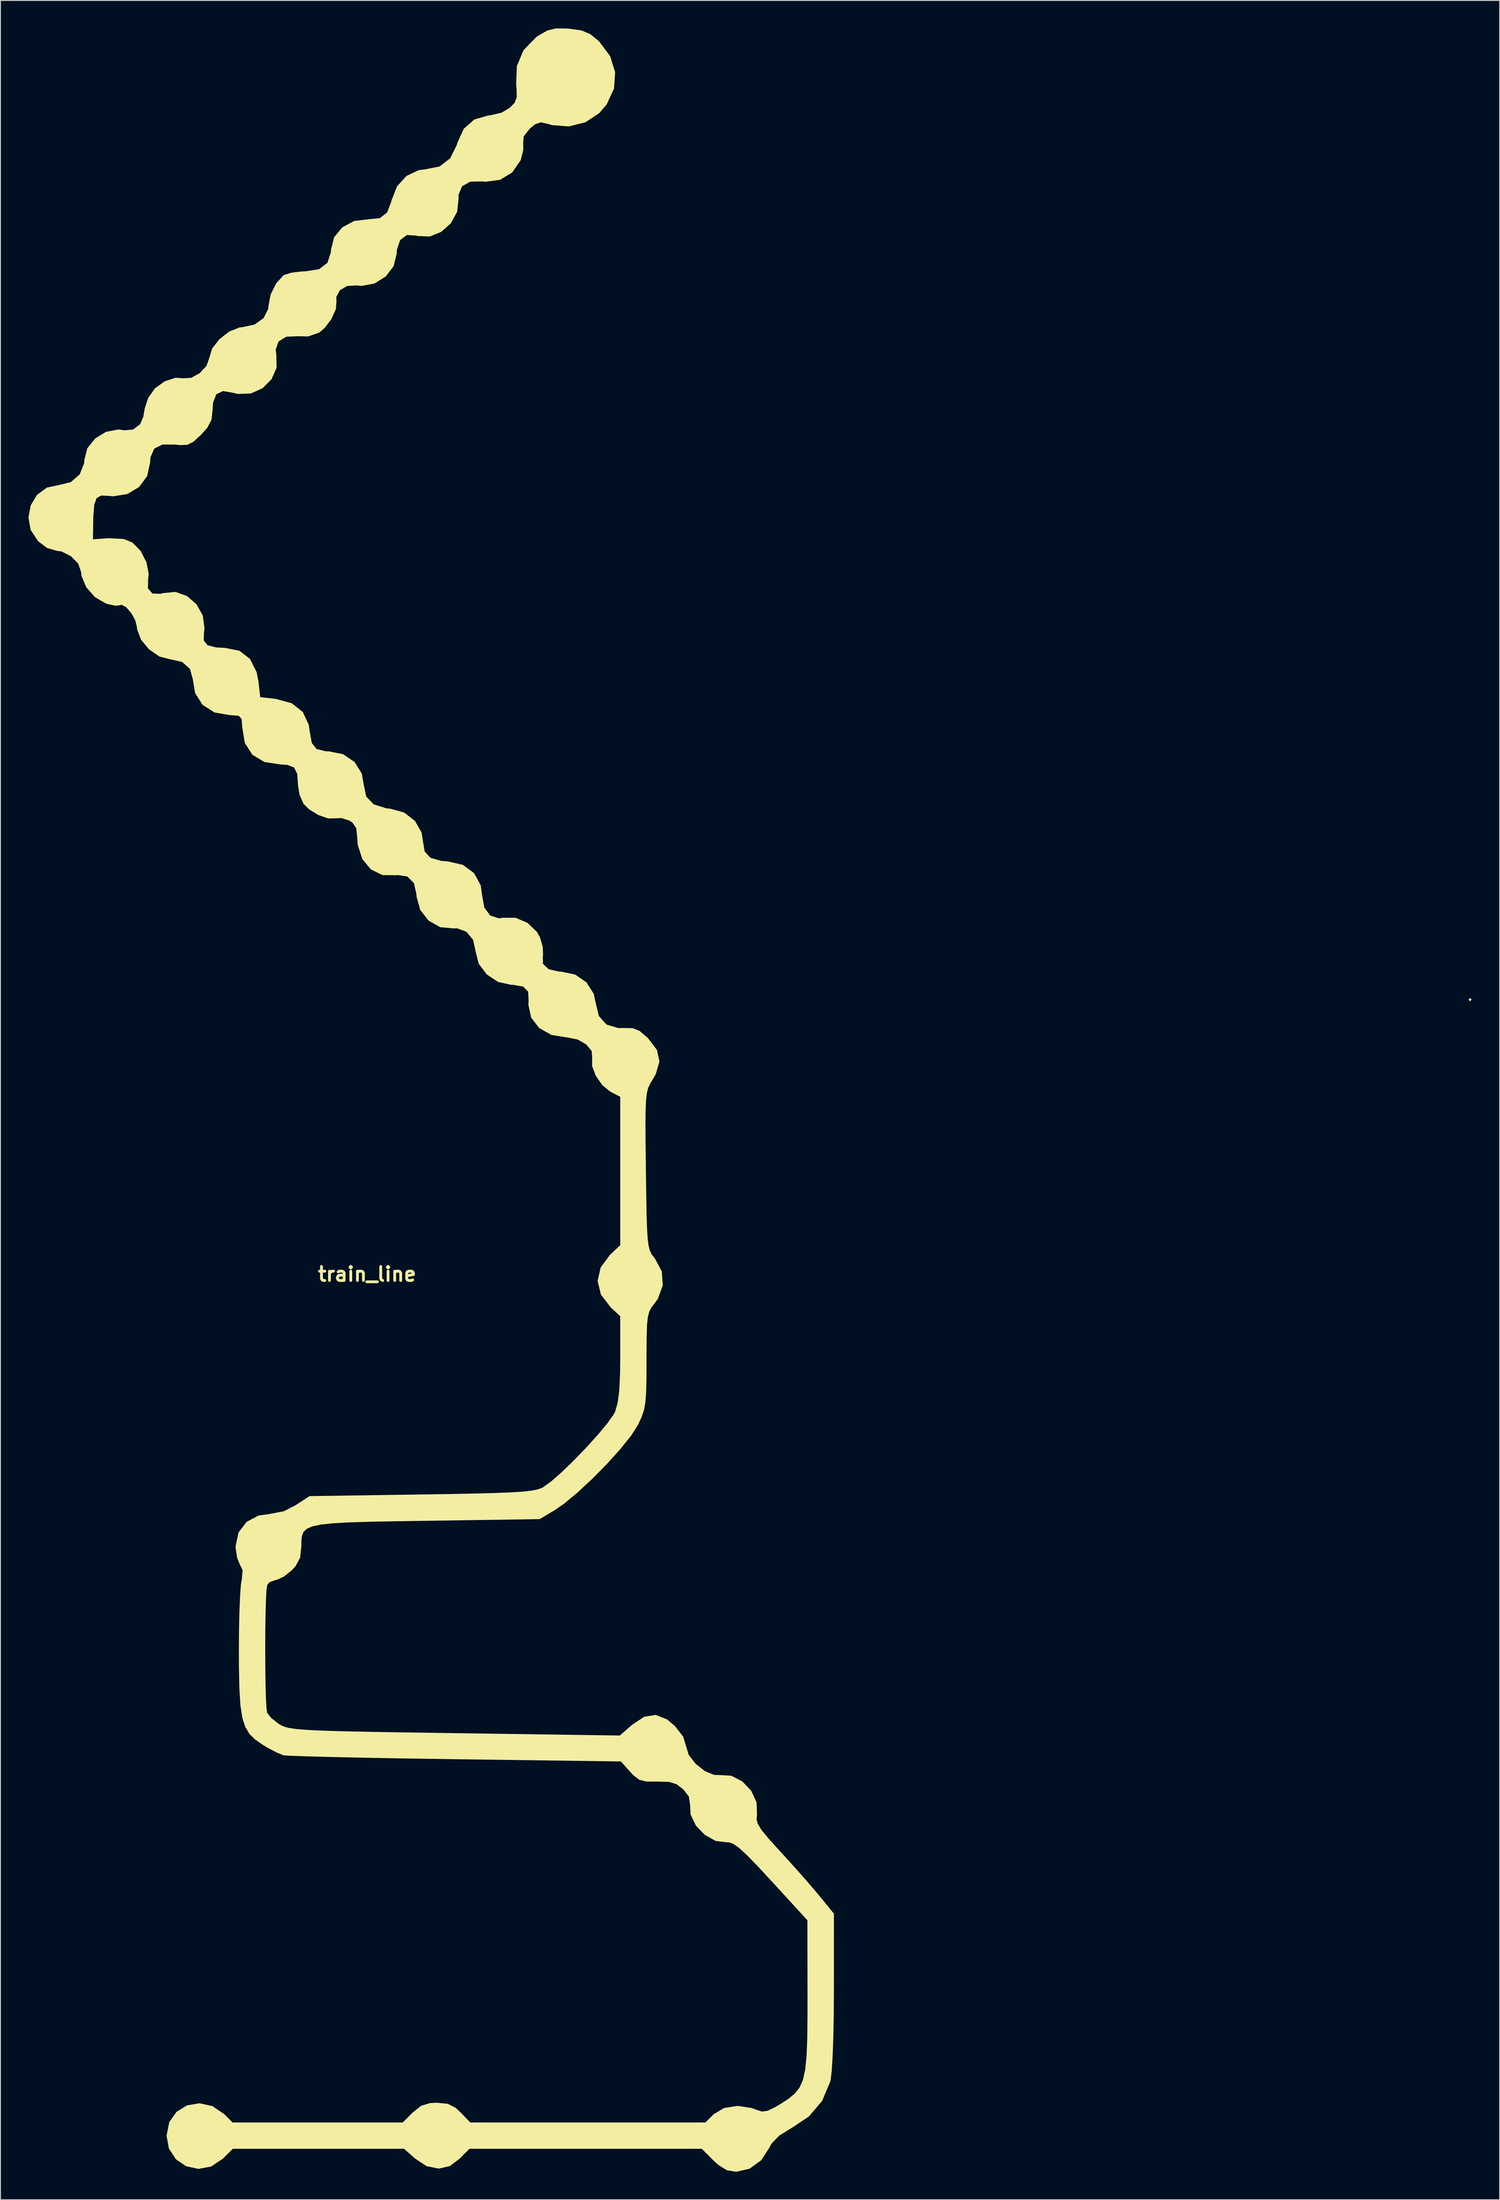
<source format=kicad_pcb>
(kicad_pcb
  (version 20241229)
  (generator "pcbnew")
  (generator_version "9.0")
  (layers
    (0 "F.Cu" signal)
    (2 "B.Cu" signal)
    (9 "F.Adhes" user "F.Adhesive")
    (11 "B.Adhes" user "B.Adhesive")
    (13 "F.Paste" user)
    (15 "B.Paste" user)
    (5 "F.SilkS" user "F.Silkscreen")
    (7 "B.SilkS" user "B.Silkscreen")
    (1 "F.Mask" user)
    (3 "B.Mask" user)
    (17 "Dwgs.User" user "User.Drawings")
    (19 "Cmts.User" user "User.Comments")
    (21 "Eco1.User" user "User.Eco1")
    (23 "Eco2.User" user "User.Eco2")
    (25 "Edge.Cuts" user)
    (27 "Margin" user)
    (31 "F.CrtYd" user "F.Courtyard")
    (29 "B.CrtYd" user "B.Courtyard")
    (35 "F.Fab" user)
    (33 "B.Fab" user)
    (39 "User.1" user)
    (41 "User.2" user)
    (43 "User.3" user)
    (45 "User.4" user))
  (footprint "train_line"
    (layer "F.Cu")
    (at 36.341 133.659)
    (property "Reference" "train_line" (at 0 0 0) (layer "F.SilkS") (effects (font (size 1.5 1.5) (thickness 0.3))))
    (attr board_only exclude_from_pos_files exclude_from_bom)
    (fp_poly (pts (xy 118.533 -29.457) (xy 118.357 -29.281) (xy 118.181 -29.457) (xy 118.357 -29.633)) (stroke (width 0) (type solid)) (fill yes) (layer "F.SilkS"))
    (fp_poly (pts (xy 21.419 -133.651) (xy 21.703 -133.629) (xy 23.005 -133.443) (xy 23.937 -133.057) (xy 24.832 -132.329) (xy 24.889 -132.274) (xy 26.08 -130.693) (xy 26.616 -128.966) (xy 26.497 -127.206) (xy 25.722 -125.525) (xy 24.908 -124.566) (xy 23.422 -123.588) (xy 21.658 -123.144) (xy 19.847 -123.283) (xy 19.45 -123.403) (xy 18.644 -123.586) (xy 18.013 -123.369) (xy 17.463 -122.913) (xy 16.794 -122.05) (xy 16.75 -121.377) (xy 16.761 -120.615) (xy 16.51 -119.623) (xy 16.448 -119.465) (xy 15.566 -118.201) (xy 14.266 -117.417) (xy 12.72 -117.207) (xy 12.382 -117.245) (xy 11.067 -117.219) (xy 10.184 -116.719) (xy 9.811 -115.801) (xy 9.818 -115.375) (xy 9.663 -113.986) (xy 8.995 -112.763) (xy 7.966 -111.836) (xy 6.724 -111.333) (xy 5.417 -111.385) (xy 5.282 -111.428) (xy 4.274 -111.493) (xy 3.551 -110.96) (xy 3.196 -109.906) (xy 3.175 -109.5) (xy 2.853 -108.16) (xy 2.002 -107.046) (xy 0.79 -106.291) (xy -0.614 -106.028) (xy -1.159 -106.085) (xy -2.143 -106.025) (xy -2.926 -105.558) (xy -3.306 -104.842) (xy -3.283 -104.443) (xy -3.348 -103.55) (xy -3.826 -102.48) (xy -4.576 -101.493) (xy -5.13 -101.029) (xy -6.334 -100.609) (xy -7.394 -100.636) (xy -8.666 -100.582) (xy -9.499 -100.074) (xy -9.808 -99.188) (xy -9.737 -98.619) (xy -9.713 -97.244) (xy -10.255 -96.015) (xy -11.221 -95.056) (xy -12.472 -94.49) (xy -13.869 -94.442) (xy -14.331 -94.559) (xy -15.469 -94.75) (xy -16.188 -94.4) (xy -16.534 -93.471) (xy -16.581 -92.702) (xy -16.696 -91.674) (xy -17.139 -90.819) (xy -17.826 -90.053) (xy -18.645 -89.305) (xy -19.306 -88.977) (xy -20.113 -88.955) (xy -20.56 -89.007) (xy -21.961 -89.016) (xy -22.842 -88.569) (xy -23.245 -87.638) (xy -23.283 -87.088) (xy -23.601 -85.626) (xy -24.46 -84.46) (xy -25.723 -83.701) (xy -27.248 -83.46) (xy -27.739 -83.507) (xy -28.534 -83.541) (xy -29.023 -83.267) (xy -29.279 -82.564) (xy -29.379 -81.312) (xy -29.388 -80.843) (xy -29.416 -78.846) (xy -27.746 -78.965) (xy -26.126 -78.881) (xy -25.179 -78.496) (xy -24.298 -77.6) (xy -23.674 -76.375) (xy -23.435 -75.12) (xy -23.493 -74.605) (xy -23.518 -73.591) (xy -23.039 -73.028) (xy -22.141 -72.997) (xy -21.889 -73.072) (xy -20.565 -73.202) (xy -19.324 -72.758) (xy -18.301 -71.869) (xy -17.63 -70.665) (xy -17.446 -69.275) (xy -17.502 -68.856) (xy -17.53 -67.998) (xy -17.125 -67.484) (xy -16.192 -67.242) (xy -15.256 -67.197) (xy -13.707 -66.889) (xy -12.564 -66.013) (xy -11.854 -64.597) (xy -11.659 -63.597) (xy -11.465 -61.913) (xy -9.78 -61.719) (xy -8.082 -61.254) (xy -6.902 -60.321) (xy -6.258 -58.933) (xy -6.149 -58.188) (xy -5.934 -56.992) (xy -5.417 -56.344) (xy -4.465 -56.108) (xy -4.122 -56.097) (xy -2.569 -55.786) (xy -1.342 -54.95) (xy -0.568 -53.71) (xy -0.361 -52.53) (xy -0.094 -51.251) (xy 0.706 -50.41) (xy 2.064 -49.984) (xy 2.503 -49.939) (xy 3.976 -49.531) (xy 5.14 -48.629) (xy 5.849 -47.381) (xy 5.997 -46.428) (xy 6.181 -45.346) (xy 6.797 -44.677) (xy 7.941 -44.344) (xy 8.707 -44.282) (xy 10.288 -43.913) (xy 11.486 -43.021) (xy 12.196 -41.71) (xy 12.347 -40.619) (xy 12.579 -39.328) (xy 13.212 -38.482) (xy 14.15 -38.179) (xy 14.623 -38.241) (xy 15.938 -38.239) (xy 17.221 -37.689) (xy 18.232 -36.718) (xy 18.549 -36.147) (xy 18.844 -35.139) (xy 18.886 -34.291) (xy 18.86 -34.177) (xy 18.87 -33.307) (xy 19.482 -32.715) (xy 20.624 -32.461) (xy 20.852 -32.456) (xy 22.332 -32.145) (xy 23.54 -31.307) (xy 24.32 -30.085) (xy 24.524 -29.133) (xy 24.872 -27.699) (xy 25.692 -26.781) (xy 26.954 -26.407) (xy 27.521 -26.411) (xy 28.492 -26.397) (xy 29.241 -26.097) (xy 30.077 -25.379) (xy 30.17 -25.286) (xy 31.107 -24.051) (xy 31.373 -22.818) (xy 30.978 -21.469) (xy 30.602 -20.814) (xy 30.353 -20.403) (xy 30.164 -19.982) (xy 30.028 -19.455) (xy 29.939 -18.726) (xy 29.889 -17.7) (xy 29.872 -16.28) (xy 29.881 -14.372) (xy 29.909 -11.877) (xy 29.919 -11.139) (xy 29.955 -8.485) (xy 29.992 -6.444) (xy 30.04 -4.921) (xy 30.108 -3.823) (xy 30.206 -3.056) (xy 30.344 -2.528) (xy 30.531 -2.143) (xy 30.776 -1.81) (xy 30.889 -1.675) (xy 31.624 -0.3) (xy 31.728 1.204) (xy 31.201 2.651) (xy 30.868 3.111) (xy 30.522 3.553) (xy 30.281 4.005) (xy 30.126 4.599) (xy 30.038 5.465) (xy 29.997 6.733) (xy 29.986 8.534) (xy 29.986 9.242) (xy 29.978 11.267) (xy 29.942 12.738) (xy 29.855 13.806) (xy 29.7 14.623) (xy 29.454 15.338) (xy 29.099 16.105) (xy 29.056 16.191) (xy 28.332 17.326) (xy 27.187 18.756) (xy 25.758 20.34) (xy 24.183 21.939) (xy 22.597 23.414) (xy 21.136 24.626) (xy 20.108 25.336) (xy 18.521 26.282) (xy 6.526 26.458) (xy 3.077 26.511) (xy 0.267 26.564) (xy -1.968 26.633) (xy -3.695 26.731) (xy -4.979 26.87) (xy -5.885 27.064) (xy -6.48 27.326) (xy -6.829 27.67) (xy -6.998 28.109) (xy -7.051 28.656) (xy -7.056 29.216) (xy -7.182 30.409) (xy -7.666 31.315) (xy -8.087 31.777) (xy -8.905 32.434) (xy -9.658 32.789) (xy -9.813 32.808) (xy -10.487 33.058) (xy -10.722 33.366) (xy -10.798 33.914) (xy -10.856 35.025) (xy -10.898 36.556) (xy -10.923 38.366) (xy -10.931 40.31) (xy -10.922 42.248) (xy -10.897 44.036) (xy -10.854 45.532) (xy -10.793 46.593) (xy -10.725 47.06) (xy -10.298 47.604) (xy -9.527 48.218) (xy -9.395 48.302) (xy -9.11 48.459) (xy -8.765 48.592) (xy -8.298 48.703) (xy -7.649 48.797) (xy -6.755 48.877) (xy -5.557 48.944) (xy -3.992 49.003) (xy -1.999 49.056) (xy 0.482 49.107) (xy 3.513 49.158) (xy 7.154 49.213) (xy 9.423 49.246) (xy 27.122 49.499) (xy 28.39 48.385) (xy 29.724 47.492) (xy 30.961 47.285) (xy 32.178 47.765) (xy 33.02 48.472) (xy 33.919 49.625) (xy 34.219 50.623) (xy 34.511 51.574) (xy 35.25 52.529) (xy 36.23 53.307) (xy 37.246 53.73) (xy 37.783 53.738) (xy 39.068 53.808) (xy 40.265 54.425) (xy 41.224 55.432) (xy 41.795 56.675) (xy 41.838 57.952) (xy 41.791 58.463) (xy 41.923 58.976) (xy 42.309 59.612) (xy 43.025 60.491) (xy 44.146 61.734) (xy 44.361 61.967) (xy 45.653 63.386) (xy 46.944 64.838) (xy 48.052 66.119) (xy 48.595 66.77) (xy 50.094 68.615) (xy 50.092 76.906) (xy 50.075 79.55) (xy 50.028 81.931) (xy 49.954 83.946) (xy 49.857 85.49) (xy 49.743 86.46) (xy 49.71 86.607) (xy 48.834 88.694) (xy 47.419 90.361) (xy 45.636 91.556) (xy 44.231 92.424) (xy 43.395 93.292) (xy 43.17 93.717) (xy 42.285 95.076) (xy 41.034 95.982) (xy 39.605 96.308) (xy 38.601 96.14) (xy 37.657 95.548) (xy 37.147 95.074) (xy 35.913 93.839) (xy 23.452 93.839) (xy 10.99 93.839) (xy 9.932 94.897) (xy 8.888 95.691) (xy 7.765 95.953) (xy 7.624 95.956) (xy 6.375 95.703) (xy 5.169 94.897) (xy 3.964 93.839) (xy -5.223 93.839) (xy -14.41 93.839) (xy -15.468 94.897) (xy -16.73 95.743) (xy -18.092 95.996) (xy -19.402 95.718) (xy -20.511 94.97) (xy -21.266 93.814) (xy -21.519 92.439) (xy -21.226 90.975) (xy -20.443 89.87) (xy -19.315 89.18) (xy -17.988 88.957) (xy -16.608 89.255) (xy -15.321 90.128) (xy -15.299 90.149) (xy -14.432 91.017) (xy -5.303 91.017) (xy 3.826 91.017) (xy 4.885 89.958) (xy 5.788 89.23) (xy 6.76 88.935) (xy 7.492 88.9) (xy 8.655 89.012) (xy 9.512 89.452) (xy 10.054 89.958) (xy 11.068 91.017) (xy 23.686 91.017) (xy 36.304 91.017) (xy 37.186 90.135) (xy 38.315 89.463) (xy 39.767 89.233) (xy 41.298 89.472) (xy 41.782 89.66) (xy 42.39 89.847) (xy 43.011 89.754) (xy 43.875 89.323) (xy 44.356 89.034) (xy 45.218 88.476) (xy 45.89 87.923) (xy 46.397 87.283) (xy 46.762 86.464) (xy 47.008 85.373) (xy 47.157 83.918) (xy 47.233 82.007) (xy 47.259 79.548) (xy 47.26 77.435) (xy 47.248 69.321) (xy 43.369 65.087) (xy 41.854 63.455) (xy 40.718 62.293) (xy 39.887 61.535) (xy 39.282 61.113) (xy 38.828 60.961) (xy 38.644 60.964) (xy 37.407 60.813) (xy 36.23 60.154) (xy 35.278 59.154) (xy 34.714 57.976) (xy 34.664 56.945) (xy 34.523 56.035) (xy 33.903 55.253) (xy 33.203 54.719) (xy 32.403 54.475) (xy 31.216 54.44) (xy 31.104 54.443) (xy 29.946 54.435) (xy 29.2 54.244) (xy 28.578 53.765) (xy 28.231 53.393) (xy 27.237 52.282) (xy 9.473 52.042) (xy 5.979 51.991) (xy 2.685 51.937) (xy -0.338 51.88) (xy -3.022 51.823) (xy -5.295 51.767) (xy -7.088 51.714) (xy -8.33 51.665) (xy -8.951 51.622) (xy -8.996 51.614) (xy -9.709 51.32) (xy -10.706 50.79) (xy -11.198 50.496) (xy -12.004 49.938) (xy -12.623 49.33) (xy -13.078 48.574) (xy -13.394 47.57) (xy -13.595 46.22) (xy -13.706 44.426) (xy -13.752 42.089) (xy -13.758 40.232) (xy -13.742 38.08) (xy -13.697 36.125) (xy -13.628 34.497) (xy -13.541 33.321) (xy -13.443 32.731) (xy -13.356 31.755) (xy -13.619 31.229) (xy -13.946 30.436) (xy -14.107 29.362) (xy -14.111 29.186) (xy -13.795 27.715) (xy -12.931 26.577) (xy -11.642 25.895) (xy -10.603 25.753) (xy -8.917 25.433) (xy -7.666 24.783) (xy -6.174 23.812) (xy 5.821 23.636) (xy 9.119 23.584) (xy 11.786 23.531) (xy 13.896 23.473) (xy 15.523 23.407) (xy 16.742 23.326) (xy 17.626 23.228) (xy 18.251 23.107) (xy 18.689 22.959) (xy 18.874 22.868) (xy 19.733 22.252) (xy 20.879 21.246) (xy 22.185 19.985) (xy 23.523 18.6) (xy 24.767 17.225) (xy 25.791 15.992) (xy 26.467 15.036) (xy 26.62 14.74) (xy 26.887 13.808) (xy 27.059 12.472) (xy 27.147 10.622) (xy 27.164 8.972) (xy 27.164 4.516) (xy 26.126 3.547) (xy 25.09 2.185) (xy 24.736 0.733) (xy 25.064 -0.721) (xy 26.075 -2.088) (xy 26.126 -2.136) (xy 27.164 -3.105) (xy 27.164 -11.069) (xy 27.164 -19.032) (xy 26.078 -19.594) (xy 25.237 -20.283) (xy 24.547 -21.281) (xy 24.142 -22.339) (xy 24.153 -23.203) (xy 24.103 -23.937) (xy 23.529 -24.641) (xy 22.603 -25.175) (xy 21.498 -25.399) (xy 21.44 -25.4) (xy 19.776 -25.669) (xy 18.463 -26.412) (xy 17.605 -27.528) (xy 17.305 -28.919) (xy 17.334 -29.337) (xy 17.282 -30.309) (xy 16.757 -30.852) (xy 15.673 -31.042) (xy 15.466 -31.044) (xy 14.065 -31.35) (xy 12.845 -32.159) (xy 11.979 -33.307) (xy 11.642 -34.628) (xy 11.642 -34.659) (xy 11.372 -35.87) (xy 10.66 -36.738) (xy 9.655 -37.11) (xy 9.282 -37.098) (xy 7.837 -37.231) (xy 6.596 -37.934) (xy 5.703 -39.076) (xy 5.301 -40.524) (xy 5.292 -40.789) (xy 5.03 -41.951) (xy 4.324 -42.667) (xy 3.287 -42.827) (xy 3.138 -42.802) (xy 1.651 -42.818) (xy 0.4 -43.432) (xy -0.518 -44.549) (xy -1.006 -46.075) (xy -1.058 -46.842) (xy -1.164 -47.85) (xy -1.564 -48.444) (xy -1.916 -48.671) (xy -2.755 -48.94) (xy -3.347 -48.91) (xy -4.181 -48.898) (xy -5.238 -49.265) (xy -6.245 -49.887) (xy -6.833 -50.488) (xy -7.254 -51.45) (xy -7.408 -52.437) (xy -7.495 -53.671) (xy -7.832 -54.357) (xy -8.539 -54.642) (xy -9.227 -54.681) (xy -11.007 -54.949) (xy -12.316 -55.734) (xy -13.126 -57.007) (xy -13.406 -58.738) (xy -13.406 -58.754) (xy -13.46 -59.567) (xy -13.766 -59.903) (xy -14.539 -59.972) (xy -14.658 -59.972) (xy -16.358 -60.26) (xy -17.648 -61.074) (xy -18.452 -62.343) (xy -18.697 -63.815) (xy -19.005 -64.936) (xy -19.849 -65.688) (xy -21.114 -65.969) (xy -21.142 -65.969) (xy -22.289 -66.269) (xy -23.397 -67.036) (xy -24.262 -68.076) (xy -24.682 -69.192) (xy -24.694 -69.4) (xy -24.873 -70.151) (xy -25.309 -70.933) (xy -25.851 -71.556) (xy -26.349 -71.828) (xy -26.549 -71.758) (xy -26.99 -71.72) (xy -27.814 -71.895) (xy -28.049 -71.968) (xy -29.215 -72.647) (xy -30.145 -73.716) (xy -30.65 -74.932) (xy -30.69 -75.345) (xy -31.001 -76.235) (xy -31.773 -77.033) (xy -32.772 -77.535) (xy -33.299 -77.611) (xy -34.353 -77.92) (xy -35.305 -78.642) (xy -36.098 -79.849) (xy -36.341 -81.187) (xy -36.093 -82.497) (xy -35.413 -83.62) (xy -34.359 -84.396) (xy -33.073 -84.667) (xy -31.794 -84.98) (xy -30.837 -85.814) (xy -30.363 -87.01) (xy -30.339 -87.372) (xy -30.018 -88.617) (xy -29.178 -89.665) (xy -28.003 -90.381) (xy -26.676 -90.63) (xy -26.025 -90.541) (xy -25.119 -90.621) (xy -24.355 -91.191) (xy -23.993 -92.042) (xy -23.989 -92.141) (xy -23.856 -92.901) (xy -23.53 -93.897) (xy -23.472 -94.039) (xy -22.764 -95.044) (xy -21.707 -95.803) (xy -20.546 -96.18) (xy -19.729 -96.124) (xy -18.869 -96.174) (xy -17.956 -96.679) (xy -17.231 -97.451) (xy -16.933 -98.303) (xy -16.933 -98.308) (xy -16.628 -99.312) (xy -15.847 -100.318) (xy -14.796 -101.136) (xy -13.679 -101.58) (xy -13.353 -101.612) (xy -12.08 -101.884) (xy -11.11 -102.578) (xy -10.614 -103.554) (xy -10.583 -103.879) (xy -10.357 -105.085) (xy -9.784 -106.267) (xy -9.023 -107.118) (xy -8.839 -107.234) (xy -8.067 -107.462) (xy -6.966 -107.588) (xy -6.604 -107.597) (xy -5.163 -107.822) (xy -4.259 -108.502) (xy -3.885 -109.643) (xy -3.873 -109.918) (xy -3.541 -111.248) (xy -2.665 -112.315) (xy -1.39 -113) (xy 0.138 -113.183) (xy 0.142 -113.183) (xy 1.368 -113.303) (xy 2.157 -113.919) (xy 2.608 -115.111) (xy 2.635 -115.248) (xy 3.209 -116.713) (xy 4.229 -117.831) (xy 5.54 -118.457) (xy 6.235 -118.541) (xy 7.776 -118.845) (xy 8.914 -119.725) (xy 9.627 -121.162) (xy 9.685 -121.378) (xy 10.367 -122.883) (xy 11.506 -123.888) (xy 13.018 -124.323) (xy 13.196 -124.333) (xy 14.428 -124.619) (xy 15.315 -125.144) (xy 15.846 -125.698) (xy 16.061 -126.306) (xy 16.037 -127.244) (xy 15.994 -127.635) (xy 16.071 -129.622) (xy 16.789 -131.328) (xy 18.13 -132.711) (xy 18.395 -132.896) (xy 19.34 -133.432) (xy 20.235 -133.659)) (stroke (width 0) (type solid)) (fill yes) (layer "F.SilkS")))
  (gr_rect
    (start -3 -3)
    (end 157.874 232.967)
    (stroke (width 0.1) (type default))
    (fill no)
    (layer "Edge.Cuts")))
</source>
